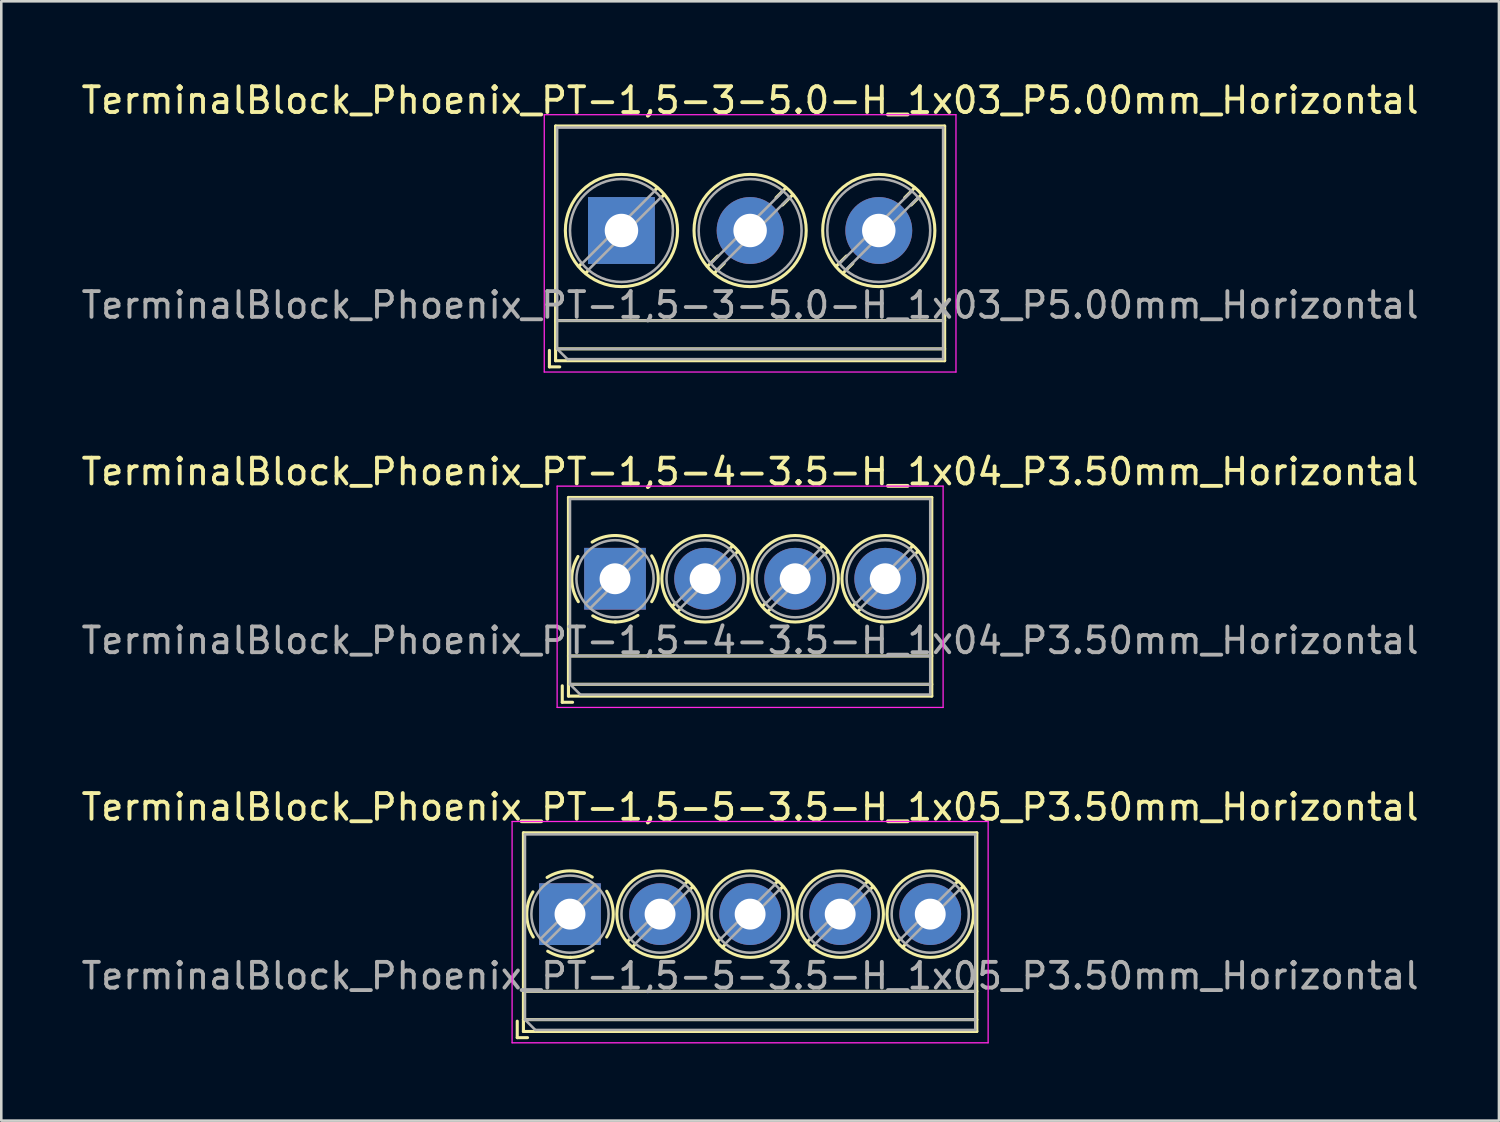
<source format=kicad_pcb>
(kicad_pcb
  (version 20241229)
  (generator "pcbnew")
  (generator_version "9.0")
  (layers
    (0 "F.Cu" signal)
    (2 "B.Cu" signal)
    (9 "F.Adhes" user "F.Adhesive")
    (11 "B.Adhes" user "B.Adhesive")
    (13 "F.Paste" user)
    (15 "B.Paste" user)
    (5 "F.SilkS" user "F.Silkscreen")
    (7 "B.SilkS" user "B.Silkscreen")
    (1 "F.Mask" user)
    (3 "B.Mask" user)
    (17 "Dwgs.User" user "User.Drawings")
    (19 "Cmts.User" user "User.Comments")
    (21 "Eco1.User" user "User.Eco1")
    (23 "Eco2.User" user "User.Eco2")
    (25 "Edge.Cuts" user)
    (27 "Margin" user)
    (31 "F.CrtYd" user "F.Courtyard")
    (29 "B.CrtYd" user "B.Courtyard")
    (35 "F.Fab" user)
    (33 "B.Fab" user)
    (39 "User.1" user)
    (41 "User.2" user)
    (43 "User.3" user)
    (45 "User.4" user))
  (footprint "TerminalBlock_Phoenix_PT-1,5-4-3.5-H_1x04_P3.50mm_Horizontal"
    (layer "F.Cu")
    (at 20.851 19.442)
    (property "Reference" "TerminalBlock_Phoenix_PT-1,5-4-3.5-H_1x04_P3.50mm_Horizontal" (at 5.25 -4.16 0) (layer "F.SilkS") (effects (font (size 1 1) (thickness 0.15))))
    (attr through_hole)
    (fp_line (start -2.05 4.16) (end -2.05 4.8) (stroke (width 0.12) (type solid)) (layer "F.SilkS"))
    (fp_line (start -2.05 4.8) (end -1.65 4.8) (stroke (width 0.12) (type solid)) (layer "F.SilkS"))
    (fp_line (start -1.81 -3.16) (end -1.81 4.56) (stroke (width 0.12) (type solid)) (layer "F.SilkS"))
    (fp_line (start -1.81 -3.16) (end 12.31 -3.16) (stroke (width 0.12) (type solid)) (layer "F.SilkS"))
    (fp_line (start -1.81 3) (end 12.31 3) (stroke (width 0.12) (type solid)) (layer "F.SilkS"))
    (fp_line (start -1.81 4.1) (end 12.31 4.1) (stroke (width 0.12) (type solid)) (layer "F.SilkS"))
    (fp_line (start -1.81 4.56) (end 12.31 4.56) (stroke (width 0.12) (type solid)) (layer "F.SilkS"))
    (fp_line (start 2.355 0.941) (end 2.226 1.069) (stroke (width 0.12) (type solid)) (layer "F.SilkS"))
    (fp_line (start 2.525 1.181) (end 2.431 1.274) (stroke (width 0.12) (type solid)) (layer "F.SilkS"))
    (fp_line (start 4.57 -1.275) (end 4.476 -1.181) (stroke (width 0.12) (type solid)) (layer "F.SilkS"))
    (fp_line (start 4.775 -1.069) (end 4.646 -0.941) (stroke (width 0.12) (type solid)) (layer "F.SilkS"))
    (fp_line (start 5.855 0.941) (end 5.726 1.069) (stroke (width 0.12) (type solid)) (layer "F.SilkS"))
    (fp_line (start 6.025 1.181) (end 5.931 1.274) (stroke (width 0.12) (type solid)) (layer "F.SilkS"))
    (fp_line (start 8.07 -1.275) (end 7.976 -1.181) (stroke (width 0.12) (type solid)) (layer "F.SilkS"))
    (fp_line (start 8.275 -1.069) (end 8.146 -0.941) (stroke (width 0.12) (type solid)) (layer "F.SilkS"))
    (fp_line (start 9.355 0.941) (end 9.226 1.069) (stroke (width 0.12) (type solid)) (layer "F.SilkS"))
    (fp_line (start 9.525 1.181) (end 9.431 1.274) (stroke (width 0.12) (type solid)) (layer "F.SilkS"))
    (fp_line (start 11.57 -1.275) (end 11.476 -1.181) (stroke (width 0.12) (type solid)) (layer "F.SilkS"))
    (fp_line (start 11.775 -1.069) (end 11.646 -0.941) (stroke (width 0.12) (type solid)) (layer "F.SilkS"))
    (fp_line (start 12.31 -3.16) (end 12.31 4.56) (stroke (width 0.12) (type solid)) (layer "F.SilkS"))
    (fp_arc (start -1.425358 0.889894) (mid -1.680286 0.014012) (end -1.44 -0.866) (stroke (width 0.12) (type solid)) (layer "F.SilkS"))
    (fp_arc (start -0.889894 -1.425358) (mid -0.014012 -1.680286) (end 0.866 -1.44) (stroke (width 0.12) (type solid)) (layer "F.SilkS"))
    (fp_arc (start 0.028674 1.680099) (mid -0.435535 1.622918) (end -0.866 1.44) (stroke (width 0.12) (type solid)) (layer "F.SilkS"))
    (fp_arc (start 0.890264 1.424721) (mid 0.463071 1.61492) (end 0 1.68) (stroke (width 0.12) (type solid)) (layer "F.SilkS"))
    (fp_arc (start 1.425504 -0.890193) (mid 1.680626 0.000476) (end 1.425 0.891) (stroke (width 0.12) (type solid)) (layer "F.SilkS"))
    (fp_circle (center 3.5 0) (end 5.18 0) (stroke (width 0.12) (type solid)) (fill no) (layer "F.SilkS"))
    (fp_circle (center 7 0) (end 8.68 0) (stroke (width 0.12) (type solid)) (fill no) (layer "F.SilkS"))
    (fp_circle (center 10.5 0) (end 12.18 0) (stroke (width 0.12) (type solid)) (fill no) (layer "F.SilkS"))
    (fp_line (start -2.25 -3.6) (end -2.25 5) (stroke (width 0.05) (type solid)) (layer "F.CrtYd"))
    (fp_line (start -2.25 5) (end 12.75 5) (stroke (width 0.05) (type solid)) (layer "F.CrtYd"))
    (fp_line (start 12.75 -3.6) (end -2.25 -3.6) (stroke (width 0.05) (type solid)) (layer "F.CrtYd"))
    (fp_line (start 12.75 5) (end 12.75 -3.6) (stroke (width 0.05) (type solid)) (layer "F.CrtYd"))
    (fp_line (start -1.75 -3.1) (end 12.25 -3.1) (stroke (width 0.1) (type solid)) (layer "F.Fab"))
    (fp_line (start -1.75 3) (end 12.25 3) (stroke (width 0.1) (type solid)) (layer "F.Fab"))
    (fp_line (start -1.75 4.1) (end -1.75 -3.1) (stroke (width 0.1) (type solid)) (layer "F.Fab"))
    (fp_line (start -1.75 4.1) (end 12.25 4.1) (stroke (width 0.1) (type solid)) (layer "F.Fab"))
    (fp_line (start -1.35 4.5) (end -1.75 4.1) (stroke (width 0.1) (type solid)) (layer "F.Fab"))
    (fp_line (start 0.955 -1.138) (end -1.138 0.955) (stroke (width 0.1) (type solid)) (layer "F.Fab"))
    (fp_line (start 1.138 -0.955) (end -0.955 1.138) (stroke (width 0.1) (type solid)) (layer "F.Fab"))
    (fp_line (start 4.455 -1.138) (end 2.363 0.955) (stroke (width 0.1) (type solid)) (layer "F.Fab"))
    (fp_line (start 4.638 -0.955) (end 2.546 1.138) (stroke (width 0.1) (type solid)) (layer "F.Fab"))
    (fp_line (start 7.955 -1.138) (end 5.863 0.955) (stroke (width 0.1) (type solid)) (layer "F.Fab"))
    (fp_line (start 8.138 -0.955) (end 6.046 1.138) (stroke (width 0.1) (type solid)) (layer "F.Fab"))
    (fp_line (start 11.455 -1.138) (end 9.363 0.955) (stroke (width 0.1) (type solid)) (layer "F.Fab"))
    (fp_line (start 11.638 -0.955) (end 9.546 1.138) (stroke (width 0.1) (type solid)) (layer "F.Fab"))
    (fp_line (start 12.25 -3.1) (end 12.25 4.5) (stroke (width 0.1) (type solid)) (layer "F.Fab"))
    (fp_line (start 12.25 4.5) (end -1.35 4.5) (stroke (width 0.1) (type solid)) (layer "F.Fab"))
    (fp_circle (center 0 0) (end 1.5 0) (stroke (width 0.1) (type solid)) (fill no) (layer "F.Fab"))
    (fp_circle (center 3.5 0) (end 5 0) (stroke (width 0.1) (type solid)) (fill no) (layer "F.Fab"))
    (fp_circle (center 7 0) (end 8.5 0) (stroke (width 0.1) (type solid)) (fill no) (layer "F.Fab"))
    (fp_circle (center 10.5 0) (end 12 0) (stroke (width 0.1) (type solid)) (fill no) (layer "F.Fab"))
    (fp_text user "${REFERENCE}" (at 5.25 2.4 0) (layer "F.Fab") (effects (font (size 1 1) (thickness 0.15))))
    (pad "1" thru_hole rect (at 0 0) (size 2.4 2.4) (drill 1.2) (layers "*.Cu" "*.Mask"))
    (pad "2" thru_hole circle (at 3.5 0) (size 2.4 2.4) (drill 1.2) (layers "*.Cu" "*.Mask"))
    (pad "3" thru_hole circle (at 7 0) (size 2.4 2.4) (drill 1.2) (layers "*.Cu" "*.Mask"))
    (pad "4" thru_hole circle (at 10.5 0) (size 2.4 2.4) (drill 1.2) (layers "*.Cu" "*.Mask")))
  (footprint "TerminalBlock_Phoenix_PT-1,5-3-5.0-H_1x03_P5.00mm_Horizontal"
    (layer "F.Cu")
    (at 21.101 5.908)
    (property "Reference" "TerminalBlock_Phoenix_PT-1,5-3-5.0-H_1x03_P5.00mm_Horizontal" (at 5 -5.06 0) (layer "F.SilkS") (effects (font (size 1 1) (thickness 0.15))))
    (attr through_hole)
    (fp_line (start -2.8 4.66) (end -2.8 5.3) (stroke (width 0.12) (type solid)) (layer "F.SilkS"))
    (fp_line (start -2.8 5.3) (end -2.4 5.3) (stroke (width 0.12) (type solid)) (layer "F.SilkS"))
    (fp_line (start -2.56 -4.06) (end -2.56 5.06) (stroke (width 0.12) (type solid)) (layer "F.SilkS"))
    (fp_line (start -2.56 -4.06) (end 12.56 -4.06) (stroke (width 0.12) (type solid)) (layer "F.SilkS"))
    (fp_line (start -2.56 3.5) (end 12.56 3.5) (stroke (width 0.12) (type solid)) (layer "F.SilkS"))
    (fp_line (start -2.56 4.6) (end 12.56 4.6) (stroke (width 0.12) (type solid)) (layer "F.SilkS"))
    (fp_line (start -2.56 5.06) (end 12.56 5.06) (stroke (width 0.12) (type solid)) (layer "F.SilkS"))
    (fp_line (start -1.548 1.281) (end -1.654 1.388) (stroke (width 0.12) (type solid)) (layer "F.SilkS"))
    (fp_line (start -1.282 1.547) (end -1.388 1.654) (stroke (width 0.12) (type solid)) (layer "F.SilkS"))
    (fp_line (start 1.388 -1.654) (end 1.281 -1.547) (stroke (width 0.12) (type solid)) (layer "F.SilkS"))
    (fp_line (start 1.654 -1.388) (end 1.547 -1.281) (stroke (width 0.12) (type solid)) (layer "F.SilkS"))
    (fp_line (start 3.742 0.992) (end 3.347 1.388) (stroke (width 0.12) (type solid)) (layer "F.SilkS"))
    (fp_line (start 3.993 1.274) (end 3.613 1.654) (stroke (width 0.12) (type solid)) (layer "F.SilkS"))
    (fp_line (start 6.388 -1.654) (end 6.008 -1.274) (stroke (width 0.12) (type solid)) (layer "F.SilkS"))
    (fp_line (start 6.654 -1.388) (end 6.259 -0.992) (stroke (width 0.12) (type solid)) (layer "F.SilkS"))
    (fp_line (start 8.742 0.992) (end 8.347 1.388) (stroke (width 0.12) (type solid)) (layer "F.SilkS"))
    (fp_line (start 8.993 1.274) (end 8.613 1.654) (stroke (width 0.12) (type solid)) (layer "F.SilkS"))
    (fp_line (start 11.388 -1.654) (end 11.008 -1.274) (stroke (width 0.12) (type solid)) (layer "F.SilkS"))
    (fp_line (start 11.654 -1.388) (end 11.259 -0.992) (stroke (width 0.12) (type solid)) (layer "F.SilkS"))
    (fp_line (start 12.56 -4.06) (end 12.56 5.06) (stroke (width 0.12) (type solid)) (layer "F.SilkS"))
    (fp_circle (center 0 0) (end 2.18 0) (stroke (width 0.12) (type solid)) (fill no) (layer "F.SilkS"))
    (fp_circle (center 5 0) (end 7.18 0) (stroke (width 0.12) (type solid)) (fill no) (layer "F.SilkS"))
    (fp_circle (center 10 0) (end 12.18 0) (stroke (width 0.12) (type solid)) (fill no) (layer "F.SilkS"))
    (fp_line (start -3 -4.5) (end -3 5.5) (stroke (width 0.05) (type solid)) (layer "F.CrtYd"))
    (fp_line (start -3 5.5) (end 13 5.5) (stroke (width 0.05) (type solid)) (layer "F.CrtYd"))
    (fp_line (start 13 -4.5) (end -3 -4.5) (stroke (width 0.05) (type solid)) (layer "F.CrtYd"))
    (fp_line (start 13 5.5) (end 13 -4.5) (stroke (width 0.05) (type solid)) (layer "F.CrtYd"))
    (fp_line (start -2.5 -4) (end 12.5 -4) (stroke (width 0.1) (type solid)) (layer "F.Fab"))
    (fp_line (start -2.5 3.5) (end 12.5 3.5) (stroke (width 0.1) (type solid)) (layer "F.Fab"))
    (fp_line (start -2.5 4.6) (end -2.5 -4) (stroke (width 0.1) (type solid)) (layer "F.Fab"))
    (fp_line (start -2.5 4.6) (end 12.5 4.6) (stroke (width 0.1) (type solid)) (layer "F.Fab"))
    (fp_line (start -2.1 5) (end -2.5 4.6) (stroke (width 0.1) (type solid)) (layer "F.Fab"))
    (fp_line (start 1.273 -1.517) (end -1.517 1.273) (stroke (width 0.1) (type solid)) (layer "F.Fab"))
    (fp_line (start 1.517 -1.273) (end -1.273 1.517) (stroke (width 0.1) (type solid)) (layer "F.Fab"))
    (fp_line (start 6.273 -1.517) (end 3.484 1.273) (stroke (width 0.1) (type solid)) (layer "F.Fab"))
    (fp_line (start 6.517 -1.273) (end 3.728 1.517) (stroke (width 0.1) (type solid)) (layer "F.Fab"))
    (fp_line (start 11.273 -1.517) (end 8.484 1.273) (stroke (width 0.1) (type solid)) (layer "F.Fab"))
    (fp_line (start 11.517 -1.273) (end 8.728 1.517) (stroke (width 0.1) (type solid)) (layer "F.Fab"))
    (fp_line (start 12.5 -4) (end 12.5 5) (stroke (width 0.1) (type solid)) (layer "F.Fab"))
    (fp_line (start 12.5 5) (end -2.1 5) (stroke (width 0.1) (type solid)) (layer "F.Fab"))
    (fp_circle (center 0 0) (end 2 0) (stroke (width 0.1) (type solid)) (fill no) (layer "F.Fab"))
    (fp_circle (center 5 0) (end 7 0) (stroke (width 0.1) (type solid)) (fill no) (layer "F.Fab"))
    (fp_circle (center 10 0) (end 12 0) (stroke (width 0.1) (type solid)) (fill no) (layer "F.Fab"))
    (fp_text user "${REFERENCE}" (at 5 2.9 0) (layer "F.Fab") (effects (font (size 1 1) (thickness 0.15))))
    (pad "1" thru_hole rect (at 0 0) (size 2.6 2.6) (drill 1.3) (layers "*.Cu" "*.Mask"))
    (pad "2" thru_hole circle (at 5 0) (size 2.6 2.6) (drill 1.3) (layers "*.Cu" "*.Mask"))
    (pad "3" thru_hole circle (at 10 0) (size 2.6 2.6) (drill 1.3) (layers "*.Cu" "*.Mask")))
  (footprint "TerminalBlock_Phoenix_PT-1,5-5-3.5-H_1x05_P3.50mm_Horizontal"
    (layer "F.Cu")
    (at 19.101 32.475)
    (property "Reference" "TerminalBlock_Phoenix_PT-1,5-5-3.5-H_1x05_P3.50mm_Horizontal" (at 7 -4.16 0) (layer "F.SilkS") (effects (font (size 1 1) (thickness 0.15))))
    (attr through_hole)
    (fp_line (start -2.05 4.16) (end -2.05 4.8) (stroke (width 0.12) (type solid)) (layer "F.SilkS"))
    (fp_line (start -2.05 4.8) (end -1.65 4.8) (stroke (width 0.12) (type solid)) (layer "F.SilkS"))
    (fp_line (start -1.81 -3.16) (end -1.81 4.56) (stroke (width 0.12) (type solid)) (layer "F.SilkS"))
    (fp_line (start -1.81 -3.16) (end 15.81 -3.16) (stroke (width 0.12) (type solid)) (layer "F.SilkS"))
    (fp_line (start -1.81 3) (end 15.81 3) (stroke (width 0.12) (type solid)) (layer "F.SilkS"))
    (fp_line (start -1.81 4.1) (end 15.81 4.1) (stroke (width 0.12) (type solid)) (layer "F.SilkS"))
    (fp_line (start -1.81 4.56) (end 15.81 4.56) (stroke (width 0.12) (type solid)) (layer "F.SilkS"))
    (fp_line (start 2.355 0.941) (end 2.226 1.069) (stroke (width 0.12) (type solid)) (layer "F.SilkS"))
    (fp_line (start 2.525 1.181) (end 2.431 1.274) (stroke (width 0.12) (type solid)) (layer "F.SilkS"))
    (fp_line (start 4.57 -1.275) (end 4.476 -1.181) (stroke (width 0.12) (type solid)) (layer "F.SilkS"))
    (fp_line (start 4.775 -1.069) (end 4.646 -0.941) (stroke (width 0.12) (type solid)) (layer "F.SilkS"))
    (fp_line (start 5.855 0.941) (end 5.726 1.069) (stroke (width 0.12) (type solid)) (layer "F.SilkS"))
    (fp_line (start 6.025 1.181) (end 5.931 1.274) (stroke (width 0.12) (type solid)) (layer "F.SilkS"))
    (fp_line (start 8.07 -1.275) (end 7.976 -1.181) (stroke (width 0.12) (type solid)) (layer "F.SilkS"))
    (fp_line (start 8.275 -1.069) (end 8.146 -0.941) (stroke (width 0.12) (type solid)) (layer "F.SilkS"))
    (fp_line (start 9.355 0.941) (end 9.226 1.069) (stroke (width 0.12) (type solid)) (layer "F.SilkS"))
    (fp_line (start 9.525 1.181) (end 9.431 1.274) (stroke (width 0.12) (type solid)) (layer "F.SilkS"))
    (fp_line (start 11.57 -1.275) (end 11.476 -1.181) (stroke (width 0.12) (type solid)) (layer "F.SilkS"))
    (fp_line (start 11.775 -1.069) (end 11.646 -0.941) (stroke (width 0.12) (type solid)) (layer "F.SilkS"))
    (fp_line (start 12.855 0.941) (end 12.726 1.069) (stroke (width 0.12) (type solid)) (layer "F.SilkS"))
    (fp_line (start 13.025 1.181) (end 12.931 1.274) (stroke (width 0.12) (type solid)) (layer "F.SilkS"))
    (fp_line (start 15.07 -1.275) (end 14.976 -1.181) (stroke (width 0.12) (type solid)) (layer "F.SilkS"))
    (fp_line (start 15.275 -1.069) (end 15.146 -0.941) (stroke (width 0.12) (type solid)) (layer "F.SilkS"))
    (fp_line (start 15.81 -3.16) (end 15.81 4.56) (stroke (width 0.12) (type solid)) (layer "F.SilkS"))
    (fp_arc (start -1.425358 0.889894) (mid -1.680286 0.014012) (end -1.44 -0.866) (stroke (width 0.12) (type solid)) (layer "F.SilkS"))
    (fp_arc (start -0.889894 -1.425358) (mid -0.014012 -1.680286) (end 0.866 -1.44) (stroke (width 0.12) (type solid)) (layer "F.SilkS"))
    (fp_arc (start 0.028674 1.680099) (mid -0.435535 1.622918) (end -0.866 1.44) (stroke (width 0.12) (type solid)) (layer "F.SilkS"))
    (fp_arc (start 0.890264 1.424721) (mid 0.463071 1.61492) (end 0 1.68) (stroke (width 0.12) (type solid)) (layer "F.SilkS"))
    (fp_arc (start 1.425504 -0.890193) (mid 1.680626 0.000476) (end 1.425 0.891) (stroke (width 0.12) (type solid)) (layer "F.SilkS"))
    (fp_circle (center 3.5 0) (end 5.18 0) (stroke (width 0.12) (type solid)) (fill no) (layer "F.SilkS"))
    (fp_circle (center 7 0) (end 8.68 0) (stroke (width 0.12) (type solid)) (fill no) (layer "F.SilkS"))
    (fp_circle (center 10.5 0) (end 12.18 0) (stroke (width 0.12) (type solid)) (fill no) (layer "F.SilkS"))
    (fp_circle (center 14 0) (end 15.68 0) (stroke (width 0.12) (type solid)) (fill no) (layer "F.SilkS"))
    (fp_line (start -2.25 -3.6) (end -2.25 5) (stroke (width 0.05) (type solid)) (layer "F.CrtYd"))
    (fp_line (start -2.25 5) (end 16.25 5) (stroke (width 0.05) (type solid)) (layer "F.CrtYd"))
    (fp_line (start 16.25 -3.6) (end -2.25 -3.6) (stroke (width 0.05) (type solid)) (layer "F.CrtYd"))
    (fp_line (start 16.25 5) (end 16.25 -3.6) (stroke (width 0.05) (type solid)) (layer "F.CrtYd"))
    (fp_line (start -1.75 -3.1) (end 15.75 -3.1) (stroke (width 0.1) (type solid)) (layer "F.Fab"))
    (fp_line (start -1.75 3) (end 15.75 3) (stroke (width 0.1) (type solid)) (layer "F.Fab"))
    (fp_line (start -1.75 4.1) (end -1.75 -3.1) (stroke (width 0.1) (type solid)) (layer "F.Fab"))
    (fp_line (start -1.75 4.1) (end 15.75 4.1) (stroke (width 0.1) (type solid)) (layer "F.Fab"))
    (fp_line (start -1.35 4.5) (end -1.75 4.1) (stroke (width 0.1) (type solid)) (layer "F.Fab"))
    (fp_line (start 0.955 -1.138) (end -1.138 0.955) (stroke (width 0.1) (type solid)) (layer "F.Fab"))
    (fp_line (start 1.138 -0.955) (end -0.955 1.138) (stroke (width 0.1) (type solid)) (layer "F.Fab"))
    (fp_line (start 4.455 -1.138) (end 2.363 0.955) (stroke (width 0.1) (type solid)) (layer "F.Fab"))
    (fp_line (start 4.638 -0.955) (end 2.546 1.138) (stroke (width 0.1) (type solid)) (layer "F.Fab"))
    (fp_line (start 7.955 -1.138) (end 5.863 0.955) (stroke (width 0.1) (type solid)) (layer "F.Fab"))
    (fp_line (start 8.138 -0.955) (end 6.046 1.138) (stroke (width 0.1) (type solid)) (layer "F.Fab"))
    (fp_line (start 11.455 -1.138) (end 9.363 0.955) (stroke (width 0.1) (type solid)) (layer "F.Fab"))
    (fp_line (start 11.638 -0.955) (end 9.546 1.138) (stroke (width 0.1) (type solid)) (layer "F.Fab"))
    (fp_line (start 14.955 -1.138) (end 12.863 0.955) (stroke (width 0.1) (type solid)) (layer "F.Fab"))
    (fp_line (start 15.138 -0.955) (end 13.046 1.138) (stroke (width 0.1) (type solid)) (layer "F.Fab"))
    (fp_line (start 15.75 -3.1) (end 15.75 4.5) (stroke (width 0.1) (type solid)) (layer "F.Fab"))
    (fp_line (start 15.75 4.5) (end -1.35 4.5) (stroke (width 0.1) (type solid)) (layer "F.Fab"))
    (fp_circle (center 0 0) (end 1.5 0) (stroke (width 0.1) (type solid)) (fill no) (layer "F.Fab"))
    (fp_circle (center 3.5 0) (end 5 0) (stroke (width 0.1) (type solid)) (fill no) (layer "F.Fab"))
    (fp_circle (center 7 0) (end 8.5 0) (stroke (width 0.1) (type solid)) (fill no) (layer "F.Fab"))
    (fp_circle (center 10.5 0) (end 12 0) (stroke (width 0.1) (type solid)) (fill no) (layer "F.Fab"))
    (fp_circle (center 14 0) (end 15.5 0) (stroke (width 0.1) (type solid)) (fill no) (layer "F.Fab"))
    (fp_text user "${REFERENCE}" (at 7 2.4 0) (layer "F.Fab") (effects (font (size 1 1) (thickness 0.15))))
    (pad "1" thru_hole rect (at 0 0) (size 2.4 2.4) (drill 1.2) (layers "*.Cu" "*.Mask"))
    (pad "2" thru_hole circle (at 3.5 0) (size 2.4 2.4) (drill 1.2) (layers "*.Cu" "*.Mask"))
    (pad "3" thru_hole circle (at 7 0) (size 2.4 2.4) (drill 1.2) (layers "*.Cu" "*.Mask"))
    (pad "4" thru_hole circle (at 10.5 0) (size 2.4 2.4) (drill 1.2) (layers "*.Cu" "*.Mask"))
    (pad "5" thru_hole circle (at 14 0) (size 2.4 2.4) (drill 1.2) (layers "*.Cu" "*.Mask")))
  (gr_rect
    (start -3 -3)
    (end 55.202 40.5)
    (stroke (width 0.1) (type default))
    (fill no)
    (layer "Edge.Cuts")))
</source>
